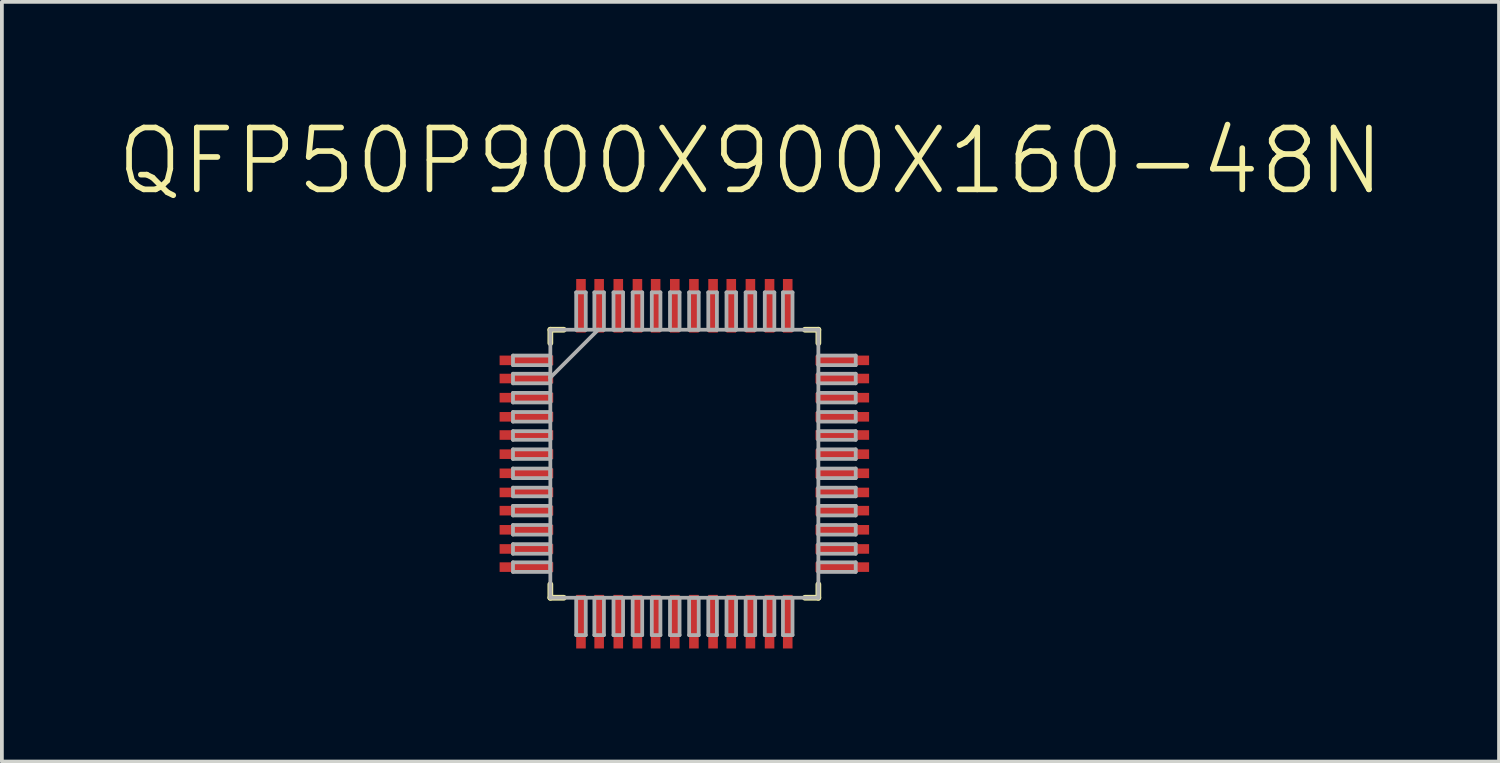
<source format=kicad_pcb>
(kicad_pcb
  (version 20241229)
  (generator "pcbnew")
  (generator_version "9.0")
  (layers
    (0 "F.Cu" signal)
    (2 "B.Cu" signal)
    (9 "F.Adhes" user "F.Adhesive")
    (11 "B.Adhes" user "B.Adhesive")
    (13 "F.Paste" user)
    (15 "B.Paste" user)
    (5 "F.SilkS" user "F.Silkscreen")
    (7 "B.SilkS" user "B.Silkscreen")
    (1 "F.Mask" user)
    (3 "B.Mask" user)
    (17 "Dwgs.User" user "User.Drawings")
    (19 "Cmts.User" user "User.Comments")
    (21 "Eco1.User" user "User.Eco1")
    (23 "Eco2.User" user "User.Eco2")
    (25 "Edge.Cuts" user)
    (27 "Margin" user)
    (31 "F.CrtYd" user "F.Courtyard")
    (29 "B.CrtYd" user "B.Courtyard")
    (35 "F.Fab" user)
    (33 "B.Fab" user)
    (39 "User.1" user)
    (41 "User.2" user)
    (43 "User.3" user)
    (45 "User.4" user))
  (footprint "QFP50P900X900X160-48N"
    (layer "F.Cu")
    (at 15.109 9.255)
    (property "Reference" "QFP50P900X900X160-48N" (at 1.754 -8.032 0) (layer "F.SilkS") (effects (font (size 1.641 1.641) (thickness 0.15))))
    (attr smd)
    (fp_line (start -3.556 -3.556) (end -3.556 -3.2) (stroke (width 0.152) (type solid)) (layer "F.SilkS"))
    (fp_line (start -3.556 3.2) (end -3.556 3.556) (stroke (width 0.152) (type solid)) (layer "F.SilkS"))
    (fp_line (start -3.556 3.556) (end -3.2 3.556) (stroke (width 0.152) (type solid)) (layer "F.SilkS"))
    (fp_line (start -3.2 -3.556) (end -3.556 -3.556) (stroke (width 0.152) (type solid)) (layer "F.SilkS"))
    (fp_line (start 3.2 3.556) (end 3.556 3.556) (stroke (width 0.152) (type solid)) (layer "F.SilkS"))
    (fp_line (start 3.556 -3.556) (end 3.2 -3.556) (stroke (width 0.152) (type solid)) (layer "F.SilkS"))
    (fp_line (start 3.556 -3.2) (end 3.556 -3.556) (stroke (width 0.152) (type solid)) (layer "F.SilkS"))
    (fp_line (start 3.556 3.556) (end 3.556 3.2) (stroke (width 0.152) (type solid)) (layer "F.SilkS"))
    (fp_line (start -4.547 -2.87) (end -4.547 -2.616) (stroke (width 0.1) (type solid)) (layer "F.Fab"))
    (fp_line (start -4.547 -2.616) (end -3.556 -2.616) (stroke (width 0.1) (type solid)) (layer "F.Fab"))
    (fp_line (start -4.547 -2.388) (end -4.547 -2.134) (stroke (width 0.1) (type solid)) (layer "F.Fab"))
    (fp_line (start -4.547 -2.134) (end -3.556 -2.134) (stroke (width 0.1) (type solid)) (layer "F.Fab"))
    (fp_line (start -4.547 -1.88) (end -4.547 -1.626) (stroke (width 0.1) (type solid)) (layer "F.Fab"))
    (fp_line (start -4.547 -1.626) (end -3.556 -1.626) (stroke (width 0.1) (type solid)) (layer "F.Fab"))
    (fp_line (start -4.547 -1.372) (end -4.547 -1.118) (stroke (width 0.1) (type solid)) (layer "F.Fab"))
    (fp_line (start -4.547 -1.118) (end -3.556 -1.118) (stroke (width 0.1) (type solid)) (layer "F.Fab"))
    (fp_line (start -4.547 -0.864) (end -4.547 -0.635) (stroke (width 0.1) (type solid)) (layer "F.Fab"))
    (fp_line (start -4.547 -0.635) (end -3.556 -0.635) (stroke (width 0.1) (type solid)) (layer "F.Fab"))
    (fp_line (start -4.547 -0.381) (end -4.547 -0.127) (stroke (width 0.1) (type solid)) (layer "F.Fab"))
    (fp_line (start -4.547 -0.127) (end -3.556 -0.127) (stroke (width 0.1) (type solid)) (layer "F.Fab"))
    (fp_line (start -4.547 0.127) (end -4.547 0.381) (stroke (width 0.1) (type solid)) (layer "F.Fab"))
    (fp_line (start -4.547 0.381) (end -3.556 0.381) (stroke (width 0.1) (type solid)) (layer "F.Fab"))
    (fp_line (start -4.547 0.635) (end -4.547 0.864) (stroke (width 0.1) (type solid)) (layer "F.Fab"))
    (fp_line (start -4.547 0.864) (end -3.556 0.864) (stroke (width 0.1) (type solid)) (layer "F.Fab"))
    (fp_line (start -4.547 1.118) (end -4.547 1.372) (stroke (width 0.1) (type solid)) (layer "F.Fab"))
    (fp_line (start -4.547 1.372) (end -3.556 1.372) (stroke (width 0.1) (type solid)) (layer "F.Fab"))
    (fp_line (start -4.547 1.626) (end -4.547 1.88) (stroke (width 0.1) (type solid)) (layer "F.Fab"))
    (fp_line (start -4.547 1.88) (end -3.556 1.88) (stroke (width 0.1) (type solid)) (layer "F.Fab"))
    (fp_line (start -4.547 2.134) (end -4.547 2.388) (stroke (width 0.1) (type solid)) (layer "F.Fab"))
    (fp_line (start -4.547 2.388) (end -3.556 2.388) (stroke (width 0.1) (type solid)) (layer "F.Fab"))
    (fp_line (start -4.547 2.616) (end -4.547 2.87) (stroke (width 0.1) (type solid)) (layer "F.Fab"))
    (fp_line (start -4.547 2.87) (end -3.556 2.87) (stroke (width 0.1) (type solid)) (layer "F.Fab"))
    (fp_line (start -3.556 -3.556) (end -3.556 3.556) (stroke (width 0.1) (type solid)) (layer "F.Fab"))
    (fp_line (start -3.556 -2.87) (end -4.547 -2.87) (stroke (width 0.1) (type solid)) (layer "F.Fab"))
    (fp_line (start -3.556 -2.616) (end -3.556 -2.87) (stroke (width 0.1) (type solid)) (layer "F.Fab"))
    (fp_line (start -3.556 -2.388) (end -4.547 -2.388) (stroke (width 0.1) (type solid)) (layer "F.Fab"))
    (fp_line (start -3.556 -2.286) (end -3.556 -2.388) (stroke (width 0.1) (type solid)) (layer "F.Fab"))
    (fp_line (start -3.556 -2.286) (end -2.286 -3.556) (stroke (width 0.1) (type solid)) (layer "F.Fab"))
    (fp_line (start -3.556 -2.134) (end -3.556 -2.286) (stroke (width 0.1) (type solid)) (layer "F.Fab"))
    (fp_line (start -3.556 -1.88) (end -4.547 -1.88) (stroke (width 0.1) (type solid)) (layer "F.Fab"))
    (fp_line (start -3.556 -1.626) (end -3.556 -1.88) (stroke (width 0.1) (type solid)) (layer "F.Fab"))
    (fp_line (start -3.556 -1.372) (end -4.547 -1.372) (stroke (width 0.1) (type solid)) (layer "F.Fab"))
    (fp_line (start -3.556 -1.118) (end -3.556 -1.372) (stroke (width 0.1) (type solid)) (layer "F.Fab"))
    (fp_line (start -3.556 -0.864) (end -4.547 -0.864) (stroke (width 0.1) (type solid)) (layer "F.Fab"))
    (fp_line (start -3.556 -0.635) (end -3.556 -0.864) (stroke (width 0.1) (type solid)) (layer "F.Fab"))
    (fp_line (start -3.556 -0.381) (end -4.547 -0.381) (stroke (width 0.1) (type solid)) (layer "F.Fab"))
    (fp_line (start -3.556 -0.127) (end -3.556 -0.381) (stroke (width 0.1) (type solid)) (layer "F.Fab"))
    (fp_line (start -3.556 0.127) (end -4.547 0.127) (stroke (width 0.1) (type solid)) (layer "F.Fab"))
    (fp_line (start -3.556 0.381) (end -3.556 0.127) (stroke (width 0.1) (type solid)) (layer "F.Fab"))
    (fp_line (start -3.556 0.635) (end -4.547 0.635) (stroke (width 0.1) (type solid)) (layer "F.Fab"))
    (fp_line (start -3.556 0.864) (end -3.556 0.635) (stroke (width 0.1) (type solid)) (layer "F.Fab"))
    (fp_line (start -3.556 1.118) (end -4.547 1.118) (stroke (width 0.1) (type solid)) (layer "F.Fab"))
    (fp_line (start -3.556 1.372) (end -3.556 1.118) (stroke (width 0.1) (type solid)) (layer "F.Fab"))
    (fp_line (start -3.556 1.626) (end -4.547 1.626) (stroke (width 0.1) (type solid)) (layer "F.Fab"))
    (fp_line (start -3.556 1.88) (end -3.556 1.626) (stroke (width 0.1) (type solid)) (layer "F.Fab"))
    (fp_line (start -3.556 2.134) (end -4.547 2.134) (stroke (width 0.1) (type solid)) (layer "F.Fab"))
    (fp_line (start -3.556 2.388) (end -3.556 2.134) (stroke (width 0.1) (type solid)) (layer "F.Fab"))
    (fp_line (start -3.556 2.616) (end -4.547 2.616) (stroke (width 0.1) (type solid)) (layer "F.Fab"))
    (fp_line (start -3.556 2.87) (end -3.556 2.616) (stroke (width 0.1) (type solid)) (layer "F.Fab"))
    (fp_line (start -3.556 3.556) (end 3.556 3.556) (stroke (width 0.1) (type solid)) (layer "F.Fab"))
    (fp_line (start -2.87 -4.547) (end -2.87 -3.556) (stroke (width 0.1) (type solid)) (layer "F.Fab"))
    (fp_line (start -2.87 -3.556) (end -2.616 -3.556) (stroke (width 0.1) (type solid)) (layer "F.Fab"))
    (fp_line (start -2.87 3.556) (end -2.87 4.547) (stroke (width 0.1) (type solid)) (layer "F.Fab"))
    (fp_line (start -2.87 4.547) (end -2.616 4.547) (stroke (width 0.1) (type solid)) (layer "F.Fab"))
    (fp_line (start -2.616 -4.547) (end -2.87 -4.547) (stroke (width 0.1) (type solid)) (layer "F.Fab"))
    (fp_line (start -2.616 -3.556) (end -2.616 -4.547) (stroke (width 0.1) (type solid)) (layer "F.Fab"))
    (fp_line (start -2.616 3.556) (end -2.87 3.556) (stroke (width 0.1) (type solid)) (layer "F.Fab"))
    (fp_line (start -2.616 4.547) (end -2.616 3.556) (stroke (width 0.1) (type solid)) (layer "F.Fab"))
    (fp_line (start -2.388 -4.547) (end -2.388 -3.556) (stroke (width 0.1) (type solid)) (layer "F.Fab"))
    (fp_line (start -2.388 -3.556) (end -2.286 -3.556) (stroke (width 0.1) (type solid)) (layer "F.Fab"))
    (fp_line (start -2.388 3.556) (end -2.388 4.547) (stroke (width 0.1) (type solid)) (layer "F.Fab"))
    (fp_line (start -2.388 4.547) (end -2.134 4.547) (stroke (width 0.1) (type solid)) (layer "F.Fab"))
    (fp_line (start -2.286 -3.556) (end -2.134 -3.556) (stroke (width 0.1) (type solid)) (layer "F.Fab"))
    (fp_line (start -2.134 -4.547) (end -2.388 -4.547) (stroke (width 0.1) (type solid)) (layer "F.Fab"))
    (fp_line (start -2.134 -3.556) (end -2.134 -4.547) (stroke (width 0.1) (type solid)) (layer "F.Fab"))
    (fp_line (start -2.134 3.556) (end -2.388 3.556) (stroke (width 0.1) (type solid)) (layer "F.Fab"))
    (fp_line (start -2.134 4.547) (end -2.134 3.556) (stroke (width 0.1) (type solid)) (layer "F.Fab"))
    (fp_line (start -1.88 -4.547) (end -1.88 -3.556) (stroke (width 0.1) (type solid)) (layer "F.Fab"))
    (fp_line (start -1.88 -3.556) (end -1.626 -3.556) (stroke (width 0.1) (type solid)) (layer "F.Fab"))
    (fp_line (start -1.88 3.556) (end -1.88 4.547) (stroke (width 0.1) (type solid)) (layer "F.Fab"))
    (fp_line (start -1.88 4.547) (end -1.626 4.547) (stroke (width 0.1) (type solid)) (layer "F.Fab"))
    (fp_line (start -1.626 -4.547) (end -1.88 -4.547) (stroke (width 0.1) (type solid)) (layer "F.Fab"))
    (fp_line (start -1.626 -3.556) (end -1.626 -4.547) (stroke (width 0.1) (type solid)) (layer "F.Fab"))
    (fp_line (start -1.626 3.556) (end -1.88 3.556) (stroke (width 0.1) (type solid)) (layer "F.Fab"))
    (fp_line (start -1.626 4.547) (end -1.626 3.556) (stroke (width 0.1) (type solid)) (layer "F.Fab"))
    (fp_line (start -1.372 -4.547) (end -1.372 -3.556) (stroke (width 0.1) (type solid)) (layer "F.Fab"))
    (fp_line (start -1.372 -3.556) (end -1.118 -3.556) (stroke (width 0.1) (type solid)) (layer "F.Fab"))
    (fp_line (start -1.372 3.556) (end -1.372 4.547) (stroke (width 0.1) (type solid)) (layer "F.Fab"))
    (fp_line (start -1.372 4.547) (end -1.118 4.547) (stroke (width 0.1) (type solid)) (layer "F.Fab"))
    (fp_line (start -1.118 -4.547) (end -1.372 -4.547) (stroke (width 0.1) (type solid)) (layer "F.Fab"))
    (fp_line (start -1.118 -3.556) (end -1.118 -4.547) (stroke (width 0.1) (type solid)) (layer "F.Fab"))
    (fp_line (start -1.118 3.556) (end -1.372 3.556) (stroke (width 0.1) (type solid)) (layer "F.Fab"))
    (fp_line (start -1.118 4.547) (end -1.118 3.556) (stroke (width 0.1) (type solid)) (layer "F.Fab"))
    (fp_line (start -0.864 -4.547) (end -0.864 -3.556) (stroke (width 0.1) (type solid)) (layer "F.Fab"))
    (fp_line (start -0.864 -3.556) (end -0.635 -3.556) (stroke (width 0.1) (type solid)) (layer "F.Fab"))
    (fp_line (start -0.864 3.556) (end -0.864 4.547) (stroke (width 0.1) (type solid)) (layer "F.Fab"))
    (fp_line (start -0.864 4.547) (end -0.635 4.547) (stroke (width 0.1) (type solid)) (layer "F.Fab"))
    (fp_line (start -0.635 -4.547) (end -0.864 -4.547) (stroke (width 0.1) (type solid)) (layer "F.Fab"))
    (fp_line (start -0.635 -3.556) (end -0.635 -4.547) (stroke (width 0.1) (type solid)) (layer "F.Fab"))
    (fp_line (start -0.635 3.556) (end -0.864 3.556) (stroke (width 0.1) (type solid)) (layer "F.Fab"))
    (fp_line (start -0.635 4.547) (end -0.635 3.556) (stroke (width 0.1) (type solid)) (layer "F.Fab"))
    (fp_line (start -0.381 -4.547) (end -0.381 -3.556) (stroke (width 0.1) (type solid)) (layer "F.Fab"))
    (fp_line (start -0.381 -3.556) (end -0.127 -3.556) (stroke (width 0.1) (type solid)) (layer "F.Fab"))
    (fp_line (start -0.381 3.556) (end -0.381 4.547) (stroke (width 0.1) (type solid)) (layer "F.Fab"))
    (fp_line (start -0.381 4.547) (end -0.127 4.547) (stroke (width 0.1) (type solid)) (layer "F.Fab"))
    (fp_line (start -0.127 -4.547) (end -0.381 -4.547) (stroke (width 0.1) (type solid)) (layer "F.Fab"))
    (fp_line (start -0.127 -3.556) (end -0.127 -4.547) (stroke (width 0.1) (type solid)) (layer "F.Fab"))
    (fp_line (start -0.127 3.556) (end -0.381 3.556) (stroke (width 0.1) (type solid)) (layer "F.Fab"))
    (fp_line (start -0.127 4.547) (end -0.127 3.556) (stroke (width 0.1) (type solid)) (layer "F.Fab"))
    (fp_line (start 0.127 -4.547) (end 0.127 -3.556) (stroke (width 0.1) (type solid)) (layer "F.Fab"))
    (fp_line (start 0.127 -3.556) (end 0.381 -3.556) (stroke (width 0.1) (type solid)) (layer "F.Fab"))
    (fp_line (start 0.127 3.556) (end 0.127 4.547) (stroke (width 0.1) (type solid)) (layer "F.Fab"))
    (fp_line (start 0.127 4.547) (end 0.381 4.547) (stroke (width 0.1) (type solid)) (layer "F.Fab"))
    (fp_line (start 0.381 -4.547) (end 0.127 -4.547) (stroke (width 0.1) (type solid)) (layer "F.Fab"))
    (fp_line (start 0.381 -3.556) (end 0.381 -4.547) (stroke (width 0.1) (type solid)) (layer "F.Fab"))
    (fp_line (start 0.381 3.556) (end 0.127 3.556) (stroke (width 0.1) (type solid)) (layer "F.Fab"))
    (fp_line (start 0.381 4.547) (end 0.381 3.556) (stroke (width 0.1) (type solid)) (layer "F.Fab"))
    (fp_line (start 0.635 -4.547) (end 0.635 -3.556) (stroke (width 0.1) (type solid)) (layer "F.Fab"))
    (fp_line (start 0.635 -3.556) (end 0.864 -3.556) (stroke (width 0.1) (type solid)) (layer "F.Fab"))
    (fp_line (start 0.635 3.556) (end 0.635 4.547) (stroke (width 0.1) (type solid)) (layer "F.Fab"))
    (fp_line (start 0.635 4.547) (end 0.864 4.547) (stroke (width 0.1) (type solid)) (layer "F.Fab"))
    (fp_line (start 0.864 -4.547) (end 0.635 -4.547) (stroke (width 0.1) (type solid)) (layer "F.Fab"))
    (fp_line (start 0.864 -3.556) (end 0.864 -4.547) (stroke (width 0.1) (type solid)) (layer "F.Fab"))
    (fp_line (start 0.864 3.556) (end 0.635 3.556) (stroke (width 0.1) (type solid)) (layer "F.Fab"))
    (fp_line (start 0.864 4.547) (end 0.864 3.556) (stroke (width 0.1) (type solid)) (layer "F.Fab"))
    (fp_line (start 1.118 -4.547) (end 1.118 -3.556) (stroke (width 0.1) (type solid)) (layer "F.Fab"))
    (fp_line (start 1.118 -3.556) (end 1.372 -3.556) (stroke (width 0.1) (type solid)) (layer "F.Fab"))
    (fp_line (start 1.118 3.556) (end 1.118 4.547) (stroke (width 0.1) (type solid)) (layer "F.Fab"))
    (fp_line (start 1.118 4.547) (end 1.372 4.547) (stroke (width 0.1) (type solid)) (layer "F.Fab"))
    (fp_line (start 1.372 -4.547) (end 1.118 -4.547) (stroke (width 0.1) (type solid)) (layer "F.Fab"))
    (fp_line (start 1.372 -3.556) (end 1.372 -4.547) (stroke (width 0.1) (type solid)) (layer "F.Fab"))
    (fp_line (start 1.372 3.556) (end 1.118 3.556) (stroke (width 0.1) (type solid)) (layer "F.Fab"))
    (fp_line (start 1.372 4.547) (end 1.372 3.556) (stroke (width 0.1) (type solid)) (layer "F.Fab"))
    (fp_line (start 1.626 -4.547) (end 1.626 -3.556) (stroke (width 0.1) (type solid)) (layer "F.Fab"))
    (fp_line (start 1.626 -3.556) (end 1.88 -3.556) (stroke (width 0.1) (type solid)) (layer "F.Fab"))
    (fp_line (start 1.626 3.556) (end 1.626 4.547) (stroke (width 0.1) (type solid)) (layer "F.Fab"))
    (fp_line (start 1.626 4.547) (end 1.88 4.547) (stroke (width 0.1) (type solid)) (layer "F.Fab"))
    (fp_line (start 1.88 -4.547) (end 1.626 -4.547) (stroke (width 0.1) (type solid)) (layer "F.Fab"))
    (fp_line (start 1.88 -3.556) (end 1.88 -4.547) (stroke (width 0.1) (type solid)) (layer "F.Fab"))
    (fp_line (start 1.88 3.556) (end 1.626 3.556) (stroke (width 0.1) (type solid)) (layer "F.Fab"))
    (fp_line (start 1.88 4.547) (end 1.88 3.556) (stroke (width 0.1) (type solid)) (layer "F.Fab"))
    (fp_line (start 2.134 -4.547) (end 2.134 -3.556) (stroke (width 0.1) (type solid)) (layer "F.Fab"))
    (fp_line (start 2.134 -3.556) (end 2.388 -3.556) (stroke (width 0.1) (type solid)) (layer "F.Fab"))
    (fp_line (start 2.134 3.556) (end 2.134 4.547) (stroke (width 0.1) (type solid)) (layer "F.Fab"))
    (fp_line (start 2.134 4.547) (end 2.388 4.547) (stroke (width 0.1) (type solid)) (layer "F.Fab"))
    (fp_line (start 2.388 -4.547) (end 2.134 -4.547) (stroke (width 0.1) (type solid)) (layer "F.Fab"))
    (fp_line (start 2.388 -3.556) (end 2.388 -4.547) (stroke (width 0.1) (type solid)) (layer "F.Fab"))
    (fp_line (start 2.388 3.556) (end 2.134 3.556) (stroke (width 0.1) (type solid)) (layer "F.Fab"))
    (fp_line (start 2.388 4.547) (end 2.388 3.556) (stroke (width 0.1) (type solid)) (layer "F.Fab"))
    (fp_line (start 2.616 -4.547) (end 2.616 -3.556) (stroke (width 0.1) (type solid)) (layer "F.Fab"))
    (fp_line (start 2.616 -3.556) (end 2.87 -3.556) (stroke (width 0.1) (type solid)) (layer "F.Fab"))
    (fp_line (start 2.616 3.556) (end 2.616 4.547) (stroke (width 0.1) (type solid)) (layer "F.Fab"))
    (fp_line (start 2.616 4.547) (end 2.87 4.547) (stroke (width 0.1) (type solid)) (layer "F.Fab"))
    (fp_line (start 2.87 -4.547) (end 2.616 -4.547) (stroke (width 0.1) (type solid)) (layer "F.Fab"))
    (fp_line (start 2.87 -3.556) (end 2.87 -4.547) (stroke (width 0.1) (type solid)) (layer "F.Fab"))
    (fp_line (start 2.87 3.556) (end 2.616 3.556) (stroke (width 0.1) (type solid)) (layer "F.Fab"))
    (fp_line (start 2.87 4.547) (end 2.87 3.556) (stroke (width 0.1) (type solid)) (layer "F.Fab"))
    (fp_line (start 3.556 -3.556) (end -3.556 -3.556) (stroke (width 0.1) (type solid)) (layer "F.Fab"))
    (fp_line (start 3.556 -2.87) (end 3.556 -2.616) (stroke (width 0.1) (type solid)) (layer "F.Fab"))
    (fp_line (start 3.556 -2.616) (end 4.547 -2.616) (stroke (width 0.1) (type solid)) (layer "F.Fab"))
    (fp_line (start 3.556 -2.388) (end 3.556 -2.134) (stroke (width 0.1) (type solid)) (layer "F.Fab"))
    (fp_line (start 3.556 -2.134) (end 4.547 -2.134) (stroke (width 0.1) (type solid)) (layer "F.Fab"))
    (fp_line (start 3.556 -1.88) (end 3.556 -1.626) (stroke (width 0.1) (type solid)) (layer "F.Fab"))
    (fp_line (start 3.556 -1.626) (end 4.547 -1.626) (stroke (width 0.1) (type solid)) (layer "F.Fab"))
    (fp_line (start 3.556 -1.372) (end 3.556 -1.118) (stroke (width 0.1) (type solid)) (layer "F.Fab"))
    (fp_line (start 3.556 -1.118) (end 4.547 -1.118) (stroke (width 0.1) (type solid)) (layer "F.Fab"))
    (fp_line (start 3.556 -0.864) (end 3.556 -0.635) (stroke (width 0.1) (type solid)) (layer "F.Fab"))
    (fp_line (start 3.556 -0.635) (end 4.547 -0.635) (stroke (width 0.1) (type solid)) (layer "F.Fab"))
    (fp_line (start 3.556 -0.381) (end 3.556 -0.127) (stroke (width 0.1) (type solid)) (layer "F.Fab"))
    (fp_line (start 3.556 -0.127) (end 4.547 -0.127) (stroke (width 0.1) (type solid)) (layer "F.Fab"))
    (fp_line (start 3.556 0.127) (end 3.556 0.381) (stroke (width 0.1) (type solid)) (layer "F.Fab"))
    (fp_line (start 3.556 0.381) (end 4.547 0.381) (stroke (width 0.1) (type solid)) (layer "F.Fab"))
    (fp_line (start 3.556 0.635) (end 3.556 0.864) (stroke (width 0.1) (type solid)) (layer "F.Fab"))
    (fp_line (start 3.556 0.864) (end 4.547 0.864) (stroke (width 0.1) (type solid)) (layer "F.Fab"))
    (fp_line (start 3.556 1.118) (end 3.556 1.372) (stroke (width 0.1) (type solid)) (layer "F.Fab"))
    (fp_line (start 3.556 1.372) (end 4.547 1.372) (stroke (width 0.1) (type solid)) (layer "F.Fab"))
    (fp_line (start 3.556 1.626) (end 3.556 1.88) (stroke (width 0.1) (type solid)) (layer "F.Fab"))
    (fp_line (start 3.556 1.88) (end 4.547 1.88) (stroke (width 0.1) (type solid)) (layer "F.Fab"))
    (fp_line (start 3.556 2.134) (end 3.556 2.388) (stroke (width 0.1) (type solid)) (layer "F.Fab"))
    (fp_line (start 3.556 2.388) (end 4.547 2.388) (stroke (width 0.1) (type solid)) (layer "F.Fab"))
    (fp_line (start 3.556 2.616) (end 3.556 2.87) (stroke (width 0.1) (type solid)) (layer "F.Fab"))
    (fp_line (start 3.556 2.87) (end 4.547 2.87) (stroke (width 0.1) (type solid)) (layer "F.Fab"))
    (fp_line (start 3.556 3.556) (end 3.556 -3.556) (stroke (width 0.1) (type solid)) (layer "F.Fab"))
    (fp_line (start 4.547 -2.87) (end 3.556 -2.87) (stroke (width 0.1) (type solid)) (layer "F.Fab"))
    (fp_line (start 4.547 -2.616) (end 4.547 -2.87) (stroke (width 0.1) (type solid)) (layer "F.Fab"))
    (fp_line (start 4.547 -2.388) (end 3.556 -2.388) (stroke (width 0.1) (type solid)) (layer "F.Fab"))
    (fp_line (start 4.547 -2.134) (end 4.547 -2.388) (stroke (width 0.1) (type solid)) (layer "F.Fab"))
    (fp_line (start 4.547 -1.88) (end 3.556 -1.88) (stroke (width 0.1) (type solid)) (layer "F.Fab"))
    (fp_line (start 4.547 -1.626) (end 4.547 -1.88) (stroke (width 0.1) (type solid)) (layer "F.Fab"))
    (fp_line (start 4.547 -1.372) (end 3.556 -1.372) (stroke (width 0.1) (type solid)) (layer "F.Fab"))
    (fp_line (start 4.547 -1.118) (end 4.547 -1.372) (stroke (width 0.1) (type solid)) (layer "F.Fab"))
    (fp_line (start 4.547 -0.864) (end 3.556 -0.864) (stroke (width 0.1) (type solid)) (layer "F.Fab"))
    (fp_line (start 4.547 -0.635) (end 4.547 -0.864) (stroke (width 0.1) (type solid)) (layer "F.Fab"))
    (fp_line (start 4.547 -0.381) (end 3.556 -0.381) (stroke (width 0.1) (type solid)) (layer "F.Fab"))
    (fp_line (start 4.547 -0.127) (end 4.547 -0.381) (stroke (width 0.1) (type solid)) (layer "F.Fab"))
    (fp_line (start 4.547 0.127) (end 3.556 0.127) (stroke (width 0.1) (type solid)) (layer "F.Fab"))
    (fp_line (start 4.547 0.381) (end 4.547 0.127) (stroke (width 0.1) (type solid)) (layer "F.Fab"))
    (fp_line (start 4.547 0.635) (end 3.556 0.635) (stroke (width 0.1) (type solid)) (layer "F.Fab"))
    (fp_line (start 4.547 0.864) (end 4.547 0.635) (stroke (width 0.1) (type solid)) (layer "F.Fab"))
    (fp_line (start 4.547 1.118) (end 3.556 1.118) (stroke (width 0.1) (type solid)) (layer "F.Fab"))
    (fp_line (start 4.547 1.372) (end 4.547 1.118) (stroke (width 0.1) (type solid)) (layer "F.Fab"))
    (fp_line (start 4.547 1.626) (end 3.556 1.626) (stroke (width 0.1) (type solid)) (layer "F.Fab"))
    (fp_line (start 4.547 1.88) (end 4.547 1.626) (stroke (width 0.1) (type solid)) (layer "F.Fab"))
    (fp_line (start 4.547 2.134) (end 3.556 2.134) (stroke (width 0.1) (type solid)) (layer "F.Fab"))
    (fp_line (start 4.547 2.388) (end 4.547 2.134) (stroke (width 0.1) (type solid)) (layer "F.Fab"))
    (fp_line (start 4.547 2.616) (end 3.556 2.616) (stroke (width 0.1) (type solid)) (layer "F.Fab"))
    (fp_line (start 4.547 2.87) (end 4.547 2.616) (stroke (width 0.1) (type solid)) (layer "F.Fab"))
    (pad "1" smd rect (at -4.191 -2.743 270) (size 0.254 1.422) (layers "F.Cu" "F.Mask" "F.Paste"))
    (pad "2" smd rect (at -4.191 -2.261 270) (size 0.254 1.422) (layers "F.Cu" "F.Mask" "F.Paste"))
    (pad "3" smd rect (at -4.191 -1.753 270) (size 0.254 1.422) (layers "F.Cu" "F.Mask" "F.Paste"))
    (pad "4" smd rect (at -4.191 -1.245 270) (size 0.254 1.422) (layers "F.Cu" "F.Mask" "F.Paste"))
    (pad "5" smd rect (at -4.191 -0.762 270) (size 0.254 1.422) (layers "F.Cu" "F.Mask" "F.Paste"))
    (pad "6" smd rect (at -4.191 -0.254 270) (size 0.254 1.422) (layers "F.Cu" "F.Mask" "F.Paste"))
    (pad "7" smd rect (at -4.191 0.254 270) (size 0.254 1.422) (layers "F.Cu" "F.Mask" "F.Paste"))
    (pad "8" smd rect (at -4.191 0.762 270) (size 0.254 1.422) (layers "F.Cu" "F.Mask" "F.Paste"))
    (pad "9" smd rect (at -4.191 1.245 270) (size 0.254 1.422) (layers "F.Cu" "F.Mask" "F.Paste"))
    (pad "10" smd rect (at -4.191 1.753 270) (size 0.254 1.422) (layers "F.Cu" "F.Mask" "F.Paste"))
    (pad "11" smd rect (at -4.191 2.261 270) (size 0.254 1.422) (layers "F.Cu" "F.Mask" "F.Paste"))
    (pad "12" smd rect (at -4.191 2.743 270) (size 0.254 1.422) (layers "F.Cu" "F.Mask" "F.Paste"))
    (pad "13" smd rect (at -2.743 4.191 180) (size 0.254 1.422) (layers "F.Cu" "F.Mask" "F.Paste"))
    (pad "14" smd rect (at -2.261 4.191 180) (size 0.254 1.422) (layers "F.Cu" "F.Mask" "F.Paste"))
    (pad "15" smd rect (at -1.753 4.191 180) (size 0.254 1.422) (layers "F.Cu" "F.Mask" "F.Paste"))
    (pad "16" smd rect (at -1.245 4.191 180) (size 0.254 1.422) (layers "F.Cu" "F.Mask" "F.Paste"))
    (pad "17" smd rect (at -0.762 4.191 180) (size 0.254 1.422) (layers "F.Cu" "F.Mask" "F.Paste"))
    (pad "18" smd rect (at -0.254 4.191 180) (size 0.254 1.422) (layers "F.Cu" "F.Mask" "F.Paste"))
    (pad "19" smd rect (at 0.254 4.191 180) (size 0.254 1.422) (layers "F.Cu" "F.Mask" "F.Paste"))
    (pad "20" smd rect (at 0.762 4.191 180) (size 0.254 1.422) (layers "F.Cu" "F.Mask" "F.Paste"))
    (pad "21" smd rect (at 1.245 4.191 180) (size 0.254 1.422) (layers "F.Cu" "F.Mask" "F.Paste"))
    (pad "22" smd rect (at 1.753 4.191 180) (size 0.254 1.422) (layers "F.Cu" "F.Mask" "F.Paste"))
    (pad "23" smd rect (at 2.261 4.191 180) (size 0.254 1.422) (layers "F.Cu" "F.Mask" "F.Paste"))
    (pad "24" smd rect (at 2.743 4.191 180) (size 0.254 1.422) (layers "F.Cu" "F.Mask" "F.Paste"))
    (pad "25" smd rect (at 4.191 2.743 270) (size 0.254 1.422) (layers "F.Cu" "F.Mask" "F.Paste"))
    (pad "26" smd rect (at 4.191 2.261 270) (size 0.254 1.422) (layers "F.Cu" "F.Mask" "F.Paste"))
    (pad "27" smd rect (at 4.191 1.753 270) (size 0.254 1.422) (layers "F.Cu" "F.Mask" "F.Paste"))
    (pad "28" smd rect (at 4.191 1.245 270) (size 0.254 1.422) (layers "F.Cu" "F.Mask" "F.Paste"))
    (pad "29" smd rect (at 4.191 0.762 270) (size 0.254 1.422) (layers "F.Cu" "F.Mask" "F.Paste"))
    (pad "30" smd rect (at 4.191 0.254 270) (size 0.254 1.422) (layers "F.Cu" "F.Mask" "F.Paste"))
    (pad "31" smd rect (at 4.191 -0.254 270) (size 0.254 1.422) (layers "F.Cu" "F.Mask" "F.Paste"))
    (pad "32" smd rect (at 4.191 -0.762 270) (size 0.254 1.422) (layers "F.Cu" "F.Mask" "F.Paste"))
    (pad "33" smd rect (at 4.191 -1.245 270) (size 0.254 1.422) (layers "F.Cu" "F.Mask" "F.Paste"))
    (pad "34" smd rect (at 4.191 -1.753 270) (size 0.254 1.422) (layers "F.Cu" "F.Mask" "F.Paste"))
    (pad "35" smd rect (at 4.191 -2.261 270) (size 0.254 1.422) (layers "F.Cu" "F.Mask" "F.Paste"))
    (pad "36" smd rect (at 4.191 -2.743 270) (size 0.254 1.422) (layers "F.Cu" "F.Mask" "F.Paste"))
    (pad "37" smd rect (at 2.743 -4.191 180) (size 0.254 1.422) (layers "F.Cu" "F.Mask" "F.Paste"))
    (pad "38" smd rect (at 2.261 -4.191 180) (size 0.254 1.422) (layers "F.Cu" "F.Mask" "F.Paste"))
    (pad "39" smd rect (at 1.753 -4.191 180) (size 0.254 1.422) (layers "F.Cu" "F.Mask" "F.Paste"))
    (pad "40" smd rect (at 1.245 -4.191 180) (size 0.254 1.422) (layers "F.Cu" "F.Mask" "F.Paste"))
    (pad "41" smd rect (at 0.762 -4.191 180) (size 0.254 1.422) (layers "F.Cu" "F.Mask" "F.Paste"))
    (pad "42" smd rect (at 0.254 -4.191 180) (size 0.254 1.422) (layers "F.Cu" "F.Mask" "F.Paste"))
    (pad "43" smd rect (at -0.254 -4.191 180) (size 0.254 1.422) (layers "F.Cu" "F.Mask" "F.Paste"))
    (pad "44" smd rect (at -0.762 -4.191 180) (size 0.254 1.422) (layers "F.Cu" "F.Mask" "F.Paste"))
    (pad "45" smd rect (at -1.245 -4.191 180) (size 0.254 1.422) (layers "F.Cu" "F.Mask" "F.Paste"))
    (pad "46" smd rect (at -1.753 -4.191 180) (size 0.254 1.422) (layers "F.Cu" "F.Mask" "F.Paste"))
    (pad "47" smd rect (at -2.261 -4.191 180) (size 0.254 1.422) (layers "F.Cu" "F.Mask" "F.Paste"))
    (pad "48" smd rect (at -2.743 -4.191 180) (size 0.254 1.422) (layers "F.Cu" "F.Mask" "F.Paste")))
  (gr_rect
    (start -3 -3)
    (end 36.726 17.158)
    (stroke (width 0.1) (type default))
    (fill no)
    (layer "Edge.Cuts")))
</source>
